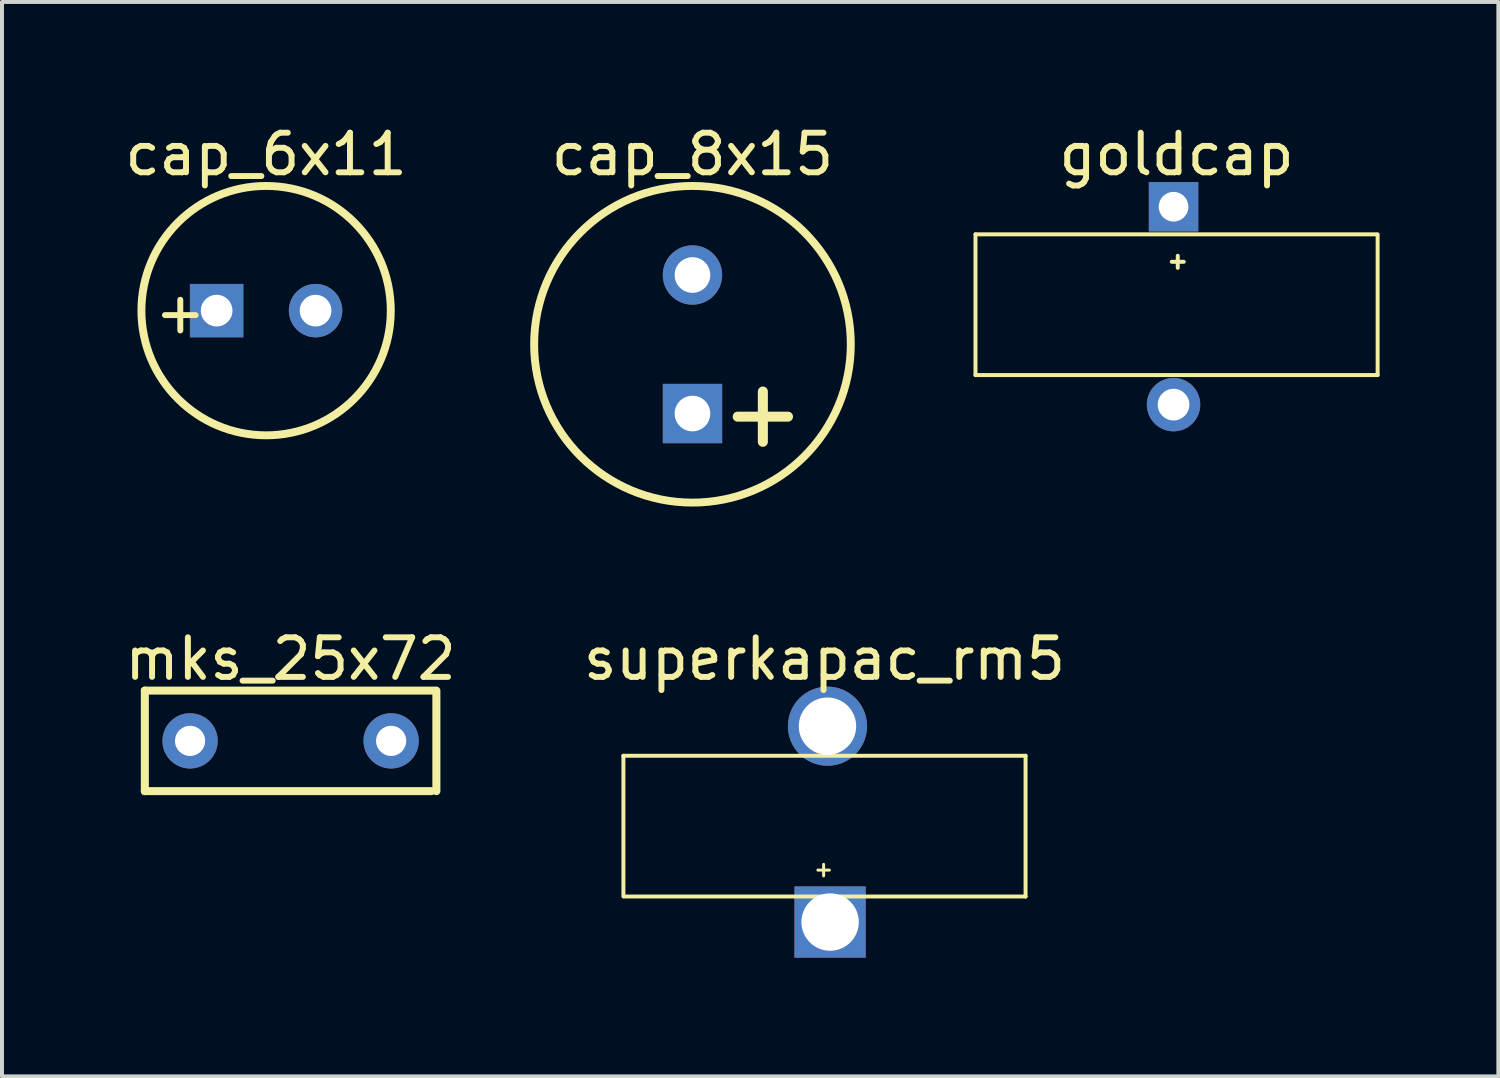
<source format=kicad_pcb>
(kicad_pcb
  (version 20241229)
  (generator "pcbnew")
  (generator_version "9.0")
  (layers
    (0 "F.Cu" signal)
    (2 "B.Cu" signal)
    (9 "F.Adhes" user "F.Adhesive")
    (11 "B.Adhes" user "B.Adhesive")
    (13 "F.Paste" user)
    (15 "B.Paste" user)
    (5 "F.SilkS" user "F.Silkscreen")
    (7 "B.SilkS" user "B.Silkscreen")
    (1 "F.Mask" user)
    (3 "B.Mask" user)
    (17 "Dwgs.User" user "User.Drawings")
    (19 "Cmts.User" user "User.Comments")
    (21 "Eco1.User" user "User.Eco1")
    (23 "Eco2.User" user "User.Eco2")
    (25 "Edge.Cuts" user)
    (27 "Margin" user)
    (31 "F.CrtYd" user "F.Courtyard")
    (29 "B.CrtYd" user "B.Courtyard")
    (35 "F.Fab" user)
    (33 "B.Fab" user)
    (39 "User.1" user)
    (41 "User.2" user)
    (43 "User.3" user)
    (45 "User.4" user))
  (footprint "cap_6x11"
    (layer "F.Cu")
    (at 3.825 4.798)
    (property "Reference" "cap_6x11" (at -0.152 -3.95 0) (layer "F.SilkS") (effects (font (size 1 1) (thickness 0.15))))
    (fp_circle (center -0.152 0) (end -0.152 -3.15) (stroke (width 0.2) (type solid)) (fill no) (layer "F.SilkS"))
    (fp_text user "+" (at -3.048 0.633 0) (unlocked yes) (layer "F.SilkS") (effects (font (size 1.017 1.017) (thickness 0.15)) (justify left bottom)))
    (pad "N" thru_hole circle (at 1.098 0) (size 1.35 1.35) (drill 0.8) (layers "*.Cu" "*.Mask"))
    (pad "P" thru_hole rect (at -1.402 0) (size 1.35 1.35) (drill 0.8) (layers "*.Cu" "*.Mask")))
  (footprint "mks_25x72"
    (layer "F.Cu")
    (at 4.292 15.668)
    (property "Reference" "mks_25x72" (at 0 -2.072 0) (layer "F.SilkS") (effects (font (size 1 1) (thickness 0.15))))
    (fp_line (start -3.683 -1.27) (end 3.632 -1.27) (stroke (width 0.203) (type solid)) (layer "F.SilkS"))
    (fp_line (start -3.683 1.27) (end -3.683 -1.27) (stroke (width 0.203) (type solid)) (layer "F.SilkS"))
    (fp_line (start -3.683 1.27) (end 3.556 1.27) (stroke (width 0.203) (type solid)) (layer "F.SilkS"))
    (fp_line (start 3.683 1.27) (end 3.683 -1.27) (stroke (width 0.203) (type solid)) (layer "F.SilkS"))
    (pad "1" thru_hole circle (at -2.54 0) (size 1.397 1.397) (drill 0.762) (layers "*.Cu" "*.Mask"))
    (pad "2" thru_hole circle (at 2.54 0) (size 1.397 1.397) (drill 0.762) (layers "*.Cu" "*.Mask")))
  (footprint "superkapac_rm5"
    (layer "F.Cu")
    (at 17.889 17.771)
    (property "Reference" "superkapac_rm5" (at -0.109 -4.175 0) (layer "F.SilkS") (effects (font (size 1 1) (thickness 0.15))))
    (fp_line (start -5.189 -1.727) (end 4.971 -1.727) (stroke (width 0.1) (type solid)) (layer "F.SilkS"))
    (fp_line (start -5.189 1.829) (end -5.189 -1.727) (stroke (width 0.1) (type solid)) (layer "F.SilkS"))
    (fp_line (start -5.156 1.829) (end 4.971 1.829) (stroke (width 0.1) (type solid)) (layer "F.SilkS"))
    (fp_line (start 4.971 1.829) (end 4.971 -1.727) (stroke (width 0.1) (type solid)) (layer "F.SilkS"))
    (fp_text user "+" (at 0.065 1.448 90) (unlocked yes) (layer "F.SilkS") (effects (font (size 0.381 0.381) (thickness 0.076)) (justify left bottom)))
    (pad "N" thru_hole circle (at -0.033 -2.474 90) (size 2 2) (drill 1.45) (layers "*.Cu" "*.Mask"))
    (pad "P" thru_hole rect (at 0.033 2.474 90) (size 1.8 1.8) (drill 1.45) (layers "*.Cu" "*.Mask")))
  (footprint "cap_8x15"
    (layer "F.Cu")
    (at 14.445 5.572)
    (property "Reference" "cap_8x15" (at 0 -4.724 0) (layer "F.SilkS") (effects (font (size 1 1) (thickness 0.15))))
    (fp_line (start 1.143 1.905) (end 2.413 1.905) (stroke (width 0.254) (type solid)) (layer "F.SilkS"))
    (fp_line (start 1.778 2.54) (end 1.778 1.27) (stroke (width 0.254) (type solid)) (layer "F.SilkS"))
    (fp_circle (center 0 0.076) (end 0 -3.924) (stroke (width 0.2) (type solid)) (fill no) (layer "F.SilkS"))
    (pad "N" thru_hole circle (at 0 -1.674 90) (size 1.5 1.5) (drill 0.9) (layers "*.Cu" "*.Mask"))
    (pad "P" thru_hole rect (at 0 1.826 90) (size 1.5 1.5) (drill 0.9) (layers "*.Cu" "*.Mask")))
  (footprint "goldcap"
    (layer "F.Cu")
    (at 26.675 4.648)
    (property "Reference" "goldcap" (at 0 -3.8 0) (layer "F.SilkS") (effects (font (size 1 1) (thickness 0.15))))
    (fp_line (start -5.08 -1.778) (end 5.047 -1.778) (stroke (width 0.1) (type solid)) (layer "F.SilkS"))
    (fp_line (start -5.08 1.778) (end -5.08 -1.778) (stroke (width 0.1) (type solid)) (layer "F.SilkS"))
    (fp_line (start -5.08 1.778) (end 5.08 1.778) (stroke (width 0.1) (type solid)) (layer "F.SilkS"))
    (fp_line (start 5.08 1.778) (end 5.08 -1.778) (stroke (width 0.1) (type solid)) (layer "F.SilkS"))
    (fp_text user "+" (at -0.176 -1.397 270) (unlocked yes) (layer "F.SilkS") (effects (font (size 0.4 0.4) (thickness 0.15)) (justify left bottom)))
    (pad "N" thru_hole circle (at -0.076 2.525 270) (size 1.35 1.35) (drill 0.8) (layers "*.Cu" "*.Mask"))
    (pad "P" thru_hole rect (at -0.076 -2.475 270) (size 1.25 1.25) (drill 0.75) (layers "*.Cu" "*.Mask")))
  (gr_rect
    (start -3 -3)
    (end 34.805 24.145)
    (stroke (width 0.1) (type default))
    (fill no)
    (layer "Edge.Cuts")))
</source>
